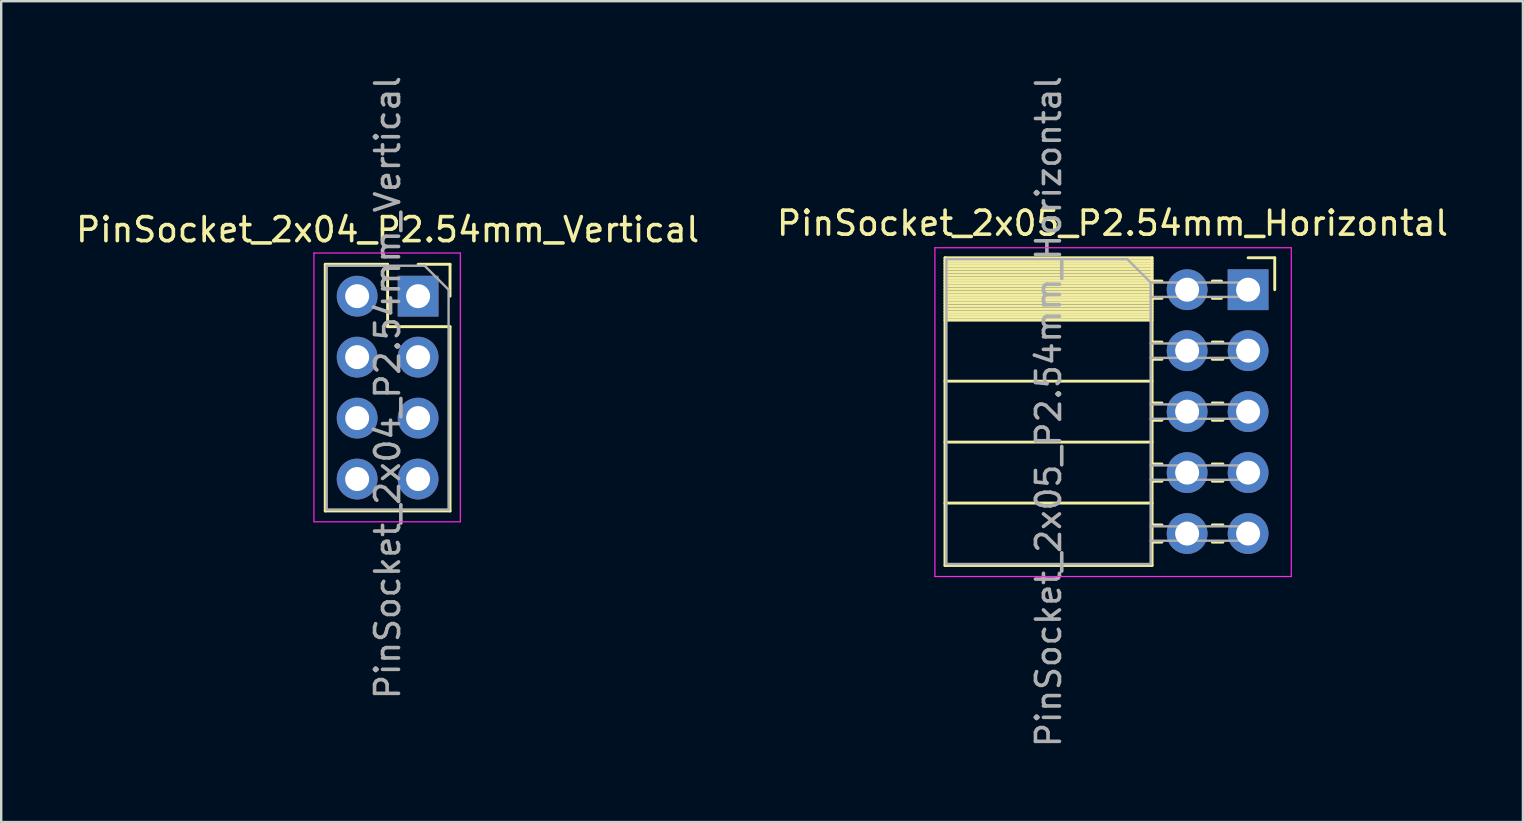
<source format=kicad_pcb>
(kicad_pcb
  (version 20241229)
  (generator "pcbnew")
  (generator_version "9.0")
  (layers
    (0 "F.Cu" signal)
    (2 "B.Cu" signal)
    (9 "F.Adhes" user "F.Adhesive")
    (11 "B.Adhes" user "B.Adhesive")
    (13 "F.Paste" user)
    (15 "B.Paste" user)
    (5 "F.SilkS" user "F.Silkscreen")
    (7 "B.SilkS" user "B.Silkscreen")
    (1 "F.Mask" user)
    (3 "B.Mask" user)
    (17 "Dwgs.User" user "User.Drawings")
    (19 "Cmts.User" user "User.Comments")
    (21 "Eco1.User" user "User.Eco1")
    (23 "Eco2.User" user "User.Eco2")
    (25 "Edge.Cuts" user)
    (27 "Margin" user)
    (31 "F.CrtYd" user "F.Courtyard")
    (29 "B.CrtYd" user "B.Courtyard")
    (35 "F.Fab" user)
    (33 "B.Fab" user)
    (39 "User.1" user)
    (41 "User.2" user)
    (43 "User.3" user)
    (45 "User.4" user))
  (footprint "PinSocket_2x04_P2.54mm_Vertical"
    (layer "F.Cu")
    (at 14.371 9.291)
    (property "Reference" "PinSocket_2x04_P2.54mm_Vertical" (at -1.27 -2.77 0) (layer "F.SilkS") (effects (font (size 1 1) (thickness 0.15))))
    (attr through_hole)
    (fp_line (start -3.87 -1.33) (end -3.87 8.95) (stroke (width 0.12) (type solid)) (layer "F.SilkS"))
    (fp_line (start -3.87 -1.33) (end -1.27 -1.33) (stroke (width 0.12) (type solid)) (layer "F.SilkS"))
    (fp_line (start -3.87 8.95) (end 1.33 8.95) (stroke (width 0.12) (type solid)) (layer "F.SilkS"))
    (fp_line (start -1.27 -1.33) (end -1.27 1.27) (stroke (width 0.12) (type solid)) (layer "F.SilkS"))
    (fp_line (start -1.27 1.27) (end 1.33 1.27) (stroke (width 0.12) (type solid)) (layer "F.SilkS"))
    (fp_line (start 0 -1.33) (end 1.33 -1.33) (stroke (width 0.12) (type solid)) (layer "F.SilkS"))
    (fp_line (start 1.33 -1.33) (end 1.33 0) (stroke (width 0.12) (type solid)) (layer "F.SilkS"))
    (fp_line (start 1.33 1.27) (end 1.33 8.95) (stroke (width 0.12) (type solid)) (layer "F.SilkS"))
    (fp_line (start -4.34 -1.8) (end 1.76 -1.8) (stroke (width 0.05) (type solid)) (layer "F.CrtYd"))
    (fp_line (start -4.34 9.4) (end -4.34 -1.8) (stroke (width 0.05) (type solid)) (layer "F.CrtYd"))
    (fp_line (start 1.76 -1.8) (end 1.76 9.4) (stroke (width 0.05) (type solid)) (layer "F.CrtYd"))
    (fp_line (start 1.76 9.4) (end -4.34 9.4) (stroke (width 0.05) (type solid)) (layer "F.CrtYd"))
    (fp_line (start -3.81 -1.27) (end 0.27 -1.27) (stroke (width 0.1) (type solid)) (layer "F.Fab"))
    (fp_line (start -3.81 8.89) (end -3.81 -1.27) (stroke (width 0.1) (type solid)) (layer "F.Fab"))
    (fp_line (start 0.27 -1.27) (end 1.27 -0.27) (stroke (width 0.1) (type solid)) (layer "F.Fab"))
    (fp_line (start 1.27 -0.27) (end 1.27 8.89) (stroke (width 0.1) (type solid)) (layer "F.Fab"))
    (fp_line (start 1.27 8.89) (end -3.81 8.89) (stroke (width 0.1) (type solid)) (layer "F.Fab"))
    (fp_text user "${REFERENCE}" (at -1.27 3.81 90) (layer "F.Fab") (effects (font (size 1 1) (thickness 0.15))))
    (pad "1" thru_hole rect (at 0 0) (size 1.7 1.7) (drill 1) (layers "*.Cu" "*.Mask"))
    (pad "2" thru_hole oval (at -2.54 0) (size 1.7 1.7) (drill 1) (layers "*.Cu" "*.Mask"))
    (pad "3" thru_hole oval (at 0 2.54) (size 1.7 1.7) (drill 1) (layers "*.Cu" "*.Mask"))
    (pad "4" thru_hole oval (at -2.54 2.54) (size 1.7 1.7) (drill 1) (layers "*.Cu" "*.Mask"))
    (pad "5" thru_hole oval (at 0 5.08) (size 1.7 1.7) (drill 1) (layers "*.Cu" "*.Mask"))
    (pad "6" thru_hole oval (at -2.54 5.08) (size 1.7 1.7) (drill 1) (layers "*.Cu" "*.Mask"))
    (pad "7" thru_hole oval (at 0 7.62) (size 1.7 1.7) (drill 1) (layers "*.Cu" "*.Mask"))
    (pad "8" thru_hole oval (at -2.54 7.62) (size 1.7 1.7) (drill 1) (layers "*.Cu" "*.Mask")))
  (footprint "PinSocket_2x05_P2.54mm_Horizontal"
    (layer "F.Cu")
    (at 48.954 9.021)
    (property "Reference" "PinSocket_2x05_P2.54mm_Horizontal" (at -5.65 -2.77 0) (layer "F.SilkS") (effects (font (size 1 1) (thickness 0.15))))
    (attr through_hole)
    (fp_line (start -12.63 -1.33) (end -12.63 11.49) (stroke (width 0.12) (type solid)) (layer "F.SilkS"))
    (fp_line (start -12.63 -1.33) (end -4 -1.33) (stroke (width 0.12) (type solid)) (layer "F.SilkS"))
    (fp_line (start -12.63 -1.21) (end -4 -1.21) (stroke (width 0.12) (type solid)) (layer "F.SilkS"))
    (fp_line (start -12.63 -1.092) (end -4 -1.092) (stroke (width 0.12) (type solid)) (layer "F.SilkS"))
    (fp_line (start -12.63 -0.974) (end -4 -0.974) (stroke (width 0.12) (type solid)) (layer "F.SilkS"))
    (fp_line (start -12.63 -0.856) (end -4 -0.856) (stroke (width 0.12) (type solid)) (layer "F.SilkS"))
    (fp_line (start -12.63 -0.738) (end -4 -0.738) (stroke (width 0.12) (type solid)) (layer "F.SilkS"))
    (fp_line (start -12.63 -0.62) (end -4 -0.62) (stroke (width 0.12) (type solid)) (layer "F.SilkS"))
    (fp_line (start -12.63 -0.501) (end -4 -0.501) (stroke (width 0.12) (type solid)) (layer "F.SilkS"))
    (fp_line (start -12.63 -0.383) (end -4 -0.383) (stroke (width 0.12) (type solid)) (layer "F.SilkS"))
    (fp_line (start -12.63 -0.265) (end -4 -0.265) (stroke (width 0.12) (type solid)) (layer "F.SilkS"))
    (fp_line (start -12.63 -0.147) (end -4 -0.147) (stroke (width 0.12) (type solid)) (layer "F.SilkS"))
    (fp_line (start -12.63 -0.029) (end -4 -0.029) (stroke (width 0.12) (type solid)) (layer "F.SilkS"))
    (fp_line (start -12.63 0.089) (end -4 0.089) (stroke (width 0.12) (type solid)) (layer "F.SilkS"))
    (fp_line (start -12.63 0.207) (end -4 0.207) (stroke (width 0.12) (type solid)) (layer "F.SilkS"))
    (fp_line (start -12.63 0.325) (end -4 0.325) (stroke (width 0.12) (type solid)) (layer "F.SilkS"))
    (fp_line (start -12.63 0.443) (end -4 0.443) (stroke (width 0.12) (type solid)) (layer "F.SilkS"))
    (fp_line (start -12.63 0.561) (end -4 0.561) (stroke (width 0.12) (type solid)) (layer "F.SilkS"))
    (fp_line (start -12.63 0.68) (end -4 0.68) (stroke (width 0.12) (type solid)) (layer "F.SilkS"))
    (fp_line (start -12.63 0.798) (end -4 0.798) (stroke (width 0.12) (type solid)) (layer "F.SilkS"))
    (fp_line (start -12.63 0.916) (end -4 0.916) (stroke (width 0.12) (type solid)) (layer "F.SilkS"))
    (fp_line (start -12.63 1.034) (end -4 1.034) (stroke (width 0.12) (type solid)) (layer "F.SilkS"))
    (fp_line (start -12.63 1.152) (end -4 1.152) (stroke (width 0.12) (type solid)) (layer "F.SilkS"))
    (fp_line (start -12.63 1.27) (end -4 1.27) (stroke (width 0.12) (type solid)) (layer "F.SilkS"))
    (fp_line (start -12.63 3.81) (end -4 3.81) (stroke (width 0.12) (type solid)) (layer "F.SilkS"))
    (fp_line (start -12.63 6.35) (end -4 6.35) (stroke (width 0.12) (type solid)) (layer "F.SilkS"))
    (fp_line (start -12.63 8.89) (end -4 8.89) (stroke (width 0.12) (type solid)) (layer "F.SilkS"))
    (fp_line (start -12.63 11.49) (end -4 11.49) (stroke (width 0.12) (type solid)) (layer "F.SilkS"))
    (fp_line (start -4 -1.33) (end -4 11.49) (stroke (width 0.12) (type solid)) (layer "F.SilkS"))
    (fp_line (start -4 -0.36) (end -3.59 -0.36) (stroke (width 0.12) (type solid)) (layer "F.SilkS"))
    (fp_line (start -4 0.36) (end -3.59 0.36) (stroke (width 0.12) (type solid)) (layer "F.SilkS"))
    (fp_line (start -4 2.18) (end -3.59 2.18) (stroke (width 0.12) (type solid)) (layer "F.SilkS"))
    (fp_line (start -4 2.9) (end -3.59 2.9) (stroke (width 0.12) (type solid)) (layer "F.SilkS"))
    (fp_line (start -4 4.72) (end -3.59 4.72) (stroke (width 0.12) (type solid)) (layer "F.SilkS"))
    (fp_line (start -4 5.44) (end -3.59 5.44) (stroke (width 0.12) (type solid)) (layer "F.SilkS"))
    (fp_line (start -4 7.26) (end -3.59 7.26) (stroke (width 0.12) (type solid)) (layer "F.SilkS"))
    (fp_line (start -4 7.98) (end -3.59 7.98) (stroke (width 0.12) (type solid)) (layer "F.SilkS"))
    (fp_line (start -4 9.8) (end -3.59 9.8) (stroke (width 0.12) (type solid)) (layer "F.SilkS"))
    (fp_line (start -4 10.52) (end -3.59 10.52) (stroke (width 0.12) (type solid)) (layer "F.SilkS"))
    (fp_line (start -1.49 -0.36) (end -1.11 -0.36) (stroke (width 0.12) (type solid)) (layer "F.SilkS"))
    (fp_line (start -1.49 0.36) (end -1.11 0.36) (stroke (width 0.12) (type solid)) (layer "F.SilkS"))
    (fp_line (start -1.49 2.18) (end -1.05 2.18) (stroke (width 0.12) (type solid)) (layer "F.SilkS"))
    (fp_line (start -1.49 2.9) (end -1.05 2.9) (stroke (width 0.12) (type solid)) (layer "F.SilkS"))
    (fp_line (start -1.49 4.72) (end -1.05 4.72) (stroke (width 0.12) (type solid)) (layer "F.SilkS"))
    (fp_line (start -1.49 5.44) (end -1.05 5.44) (stroke (width 0.12) (type solid)) (layer "F.SilkS"))
    (fp_line (start -1.49 7.26) (end -1.05 7.26) (stroke (width 0.12) (type solid)) (layer "F.SilkS"))
    (fp_line (start -1.49 7.98) (end -1.05 7.98) (stroke (width 0.12) (type solid)) (layer "F.SilkS"))
    (fp_line (start -1.49 9.8) (end -1.05 9.8) (stroke (width 0.12) (type solid)) (layer "F.SilkS"))
    (fp_line (start -1.49 10.52) (end -1.05 10.52) (stroke (width 0.12) (type solid)) (layer "F.SilkS"))
    (fp_line (start 0 -1.33) (end 1.11 -1.33) (stroke (width 0.12) (type solid)) (layer "F.SilkS"))
    (fp_line (start 1.11 -1.33) (end 1.11 0) (stroke (width 0.12) (type solid)) (layer "F.SilkS"))
    (fp_line (start -13.05 -1.75) (end -13.05 11.95) (stroke (width 0.05) (type solid)) (layer "F.CrtYd"))
    (fp_line (start -13.05 11.95) (end 1.8 11.95) (stroke (width 0.05) (type solid)) (layer "F.CrtYd"))
    (fp_line (start 1.8 -1.75) (end -13.05 -1.75) (stroke (width 0.05) (type solid)) (layer "F.CrtYd"))
    (fp_line (start 1.8 11.95) (end 1.8 -1.75) (stroke (width 0.05) (type solid)) (layer "F.CrtYd"))
    (fp_line (start -12.57 -1.27) (end -5.03 -1.27) (stroke (width 0.1) (type solid)) (layer "F.Fab"))
    (fp_line (start -12.57 11.43) (end -12.57 -1.27) (stroke (width 0.1) (type solid)) (layer "F.Fab"))
    (fp_line (start -5.03 -1.27) (end -4.06 -0.3) (stroke (width 0.1) (type solid)) (layer "F.Fab"))
    (fp_line (start -4.06 -0.3) (end -4.06 11.43) (stroke (width 0.1) (type solid)) (layer "F.Fab"))
    (fp_line (start -4.06 0.3) (end 0 0.3) (stroke (width 0.1) (type solid)) (layer "F.Fab"))
    (fp_line (start -4.06 2.84) (end 0 2.84) (stroke (width 0.1) (type solid)) (layer "F.Fab"))
    (fp_line (start -4.06 5.38) (end 0 5.38) (stroke (width 0.1) (type solid)) (layer "F.Fab"))
    (fp_line (start -4.06 7.92) (end 0 7.92) (stroke (width 0.1) (type solid)) (layer "F.Fab"))
    (fp_line (start -4.06 10.46) (end 0 10.46) (stroke (width 0.1) (type solid)) (layer "F.Fab"))
    (fp_line (start -4.06 11.43) (end -12.57 11.43) (stroke (width 0.1) (type solid)) (layer "F.Fab"))
    (fp_line (start 0 -0.3) (end -4.06 -0.3) (stroke (width 0.1) (type solid)) (layer "F.Fab"))
    (fp_line (start 0 0.3) (end 0 -0.3) (stroke (width 0.1) (type solid)) (layer "F.Fab"))
    (fp_line (start 0 2.24) (end -4.06 2.24) (stroke (width 0.1) (type solid)) (layer "F.Fab"))
    (fp_line (start 0 2.84) (end 0 2.24) (stroke (width 0.1) (type solid)) (layer "F.Fab"))
    (fp_line (start 0 4.78) (end -4.06 4.78) (stroke (width 0.1) (type solid)) (layer "F.Fab"))
    (fp_line (start 0 5.38) (end 0 4.78) (stroke (width 0.1) (type solid)) (layer "F.Fab"))
    (fp_line (start 0 7.32) (end -4.06 7.32) (stroke (width 0.1) (type solid)) (layer "F.Fab"))
    (fp_line (start 0 7.92) (end 0 7.32) (stroke (width 0.1) (type solid)) (layer "F.Fab"))
    (fp_line (start 0 9.86) (end -4.06 9.86) (stroke (width 0.1) (type solid)) (layer "F.Fab"))
    (fp_line (start 0 10.46) (end 0 9.86) (stroke (width 0.1) (type solid)) (layer "F.Fab"))
    (fp_text user "${REFERENCE}" (at -8.315 5.08 90) (layer "F.Fab") (effects (font (size 1 1) (thickness 0.15))))
    (pad "1" thru_hole rect (at 0 0) (size 1.7 1.7) (drill 1) (layers "*.Cu" "*.Mask"))
    (pad "2" thru_hole oval (at -2.54 0) (size 1.7 1.7) (drill 1) (layers "*.Cu" "*.Mask"))
    (pad "3" thru_hole oval (at 0 2.54) (size 1.7 1.7) (drill 1) (layers "*.Cu" "*.Mask"))
    (pad "4" thru_hole oval (at -2.54 2.54) (size 1.7 1.7) (drill 1) (layers "*.Cu" "*.Mask"))
    (pad "5" thru_hole oval (at 0 5.08) (size 1.7 1.7) (drill 1) (layers "*.Cu" "*.Mask"))
    (pad "6" thru_hole oval (at -2.54 5.08) (size 1.7 1.7) (drill 1) (layers "*.Cu" "*.Mask"))
    (pad "7" thru_hole oval (at 0 7.62) (size 1.7 1.7) (drill 1) (layers "*.Cu" "*.Mask"))
    (pad "8" thru_hole oval (at -2.54 7.62) (size 1.7 1.7) (drill 1) (layers "*.Cu" "*.Mask"))
    (pad "9" thru_hole oval (at 0 10.16) (size 1.7 1.7) (drill 1) (layers "*.Cu" "*.Mask"))
    (pad "10" thru_hole oval (at -2.54 10.16) (size 1.7 1.7) (drill 1) (layers "*.Cu" "*.Mask")))
  (gr_rect
    (start -3 -3)
    (end 60.405 31.202)
    (stroke (width 0.1) (type default))
    (fill no)
    (layer "Edge.Cuts")))
</source>
